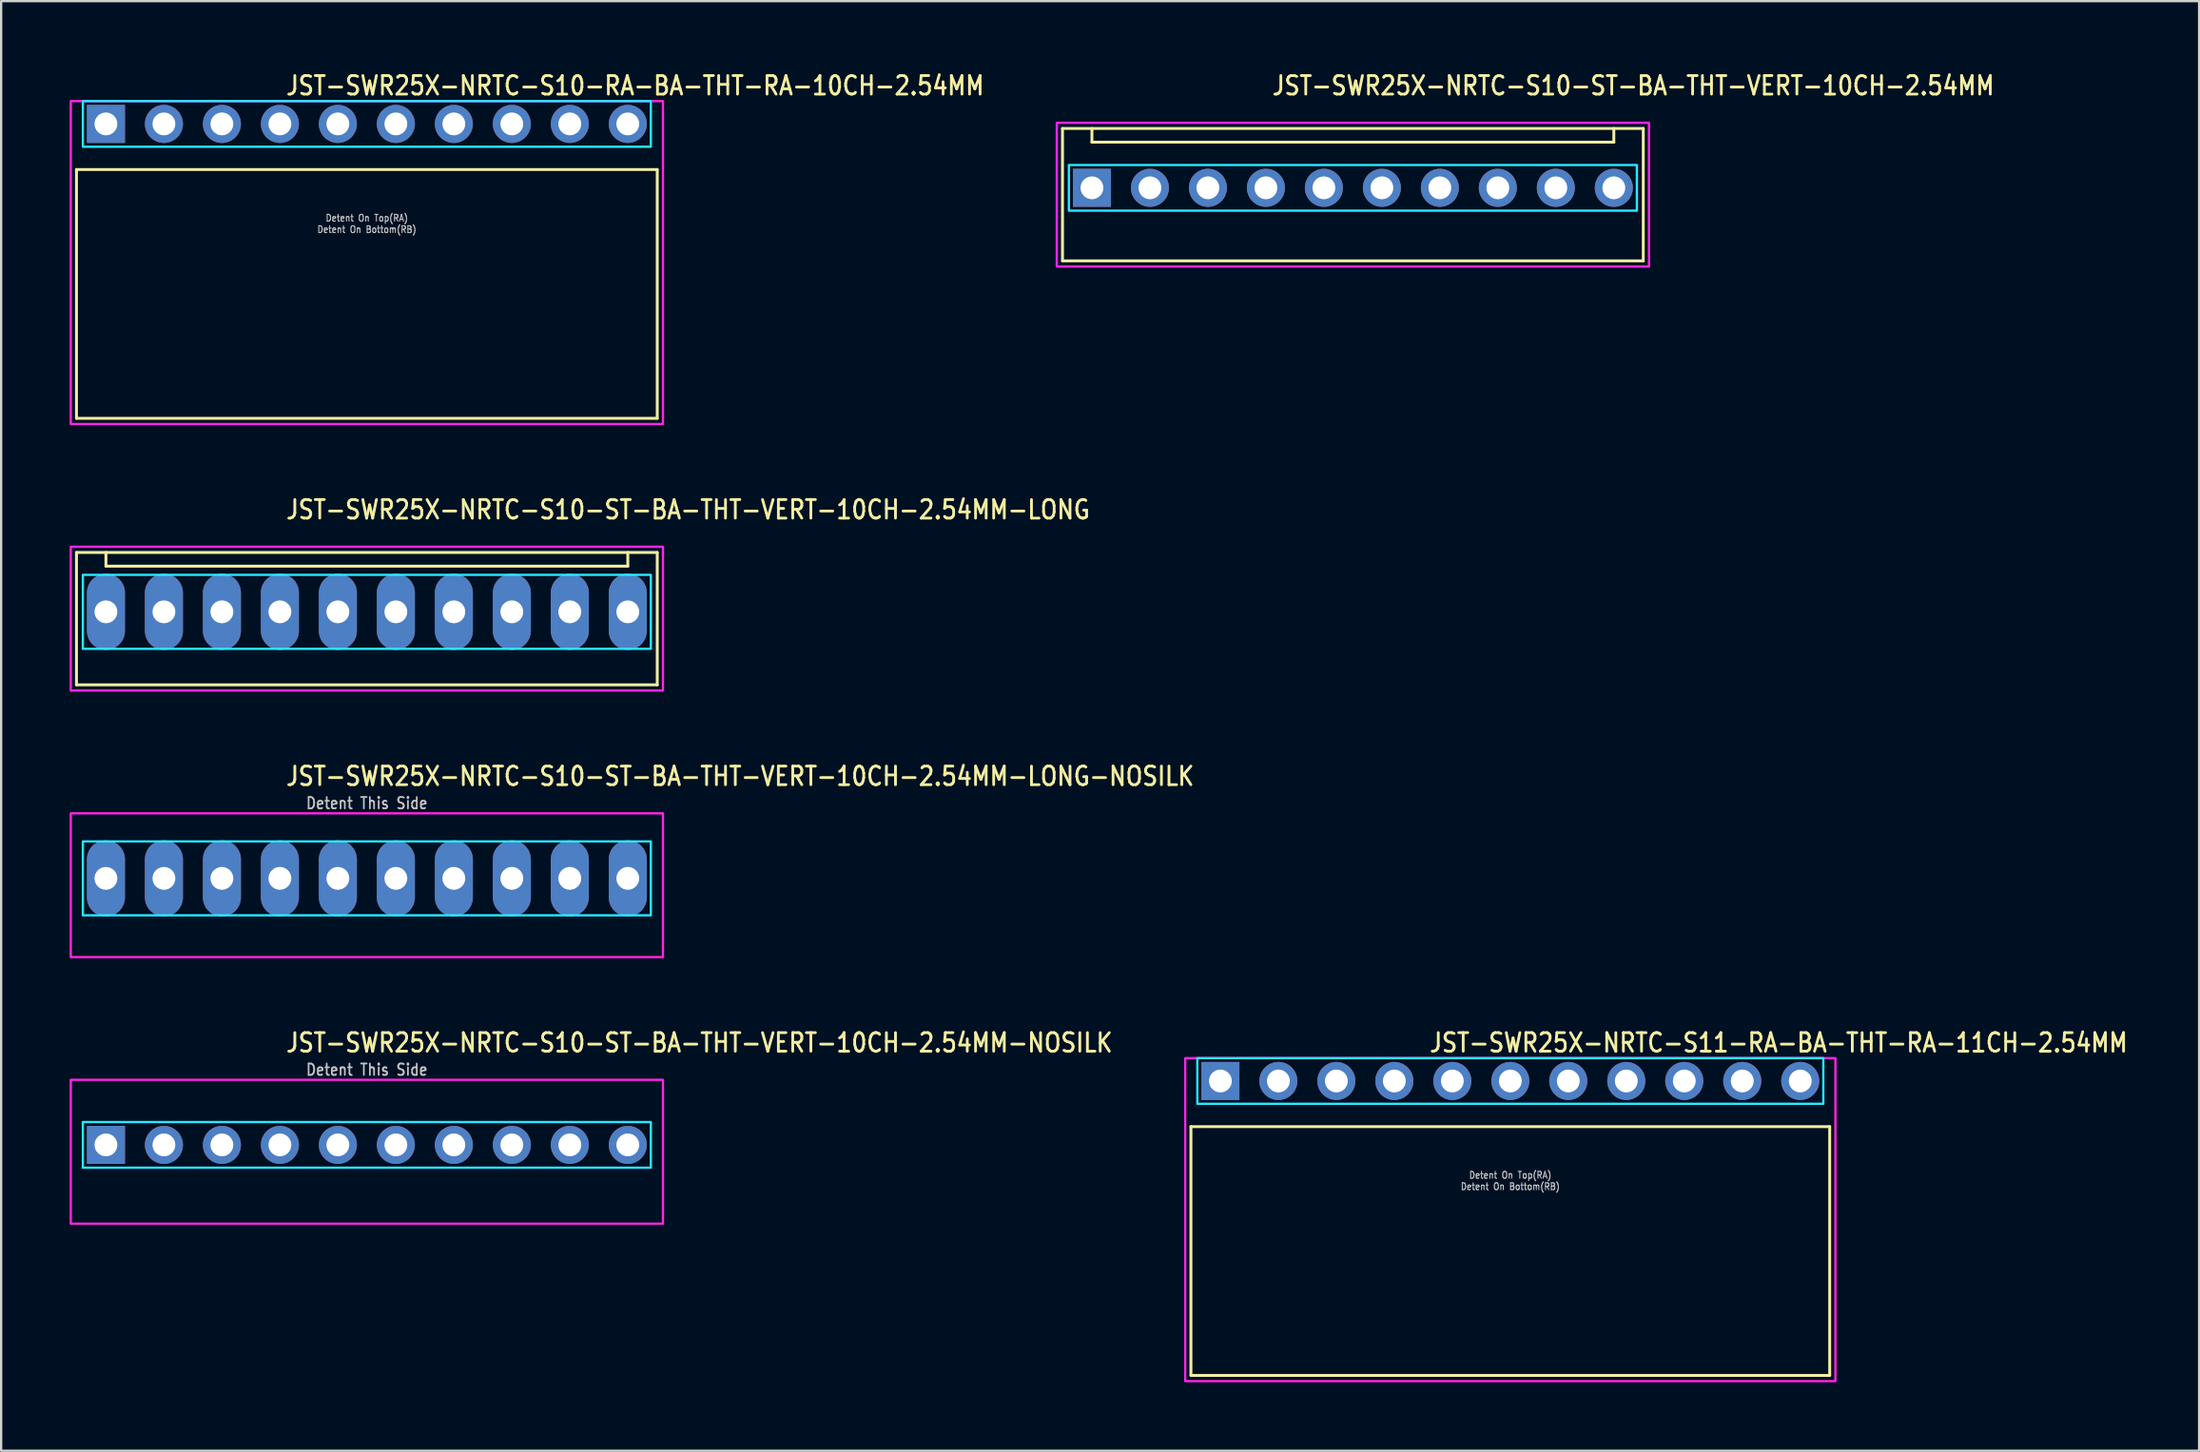
<source format=kicad_pcb>
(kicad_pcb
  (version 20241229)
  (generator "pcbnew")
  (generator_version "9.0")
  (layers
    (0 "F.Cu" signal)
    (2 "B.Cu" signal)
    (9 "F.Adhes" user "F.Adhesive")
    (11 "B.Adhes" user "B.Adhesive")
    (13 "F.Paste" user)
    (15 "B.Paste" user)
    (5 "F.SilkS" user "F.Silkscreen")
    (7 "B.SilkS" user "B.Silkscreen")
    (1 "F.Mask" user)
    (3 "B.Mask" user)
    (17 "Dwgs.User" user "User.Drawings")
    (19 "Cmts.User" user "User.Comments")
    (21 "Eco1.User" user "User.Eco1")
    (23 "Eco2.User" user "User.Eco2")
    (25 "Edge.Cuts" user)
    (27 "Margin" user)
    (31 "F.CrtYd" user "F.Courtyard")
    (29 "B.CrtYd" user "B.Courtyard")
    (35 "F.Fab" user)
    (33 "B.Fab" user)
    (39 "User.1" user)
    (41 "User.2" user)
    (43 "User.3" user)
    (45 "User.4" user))
  (footprint "JST-SWR25X-NRTC-S10-ST-BA-THT-VERT-10CH-2.54MM-LONG"
    (layer "F.Cu")
    (at 13.02 23.757)
    (property "Reference" "JST-SWR25X-NRTC-S10-ST-BA-THT-VERT-10CH-2.54MM-LONG" (at -3.6 -4 0) (unlocked yes) (layer "F.SilkS") (effects (font (size 0.813 0.695) (thickness 0.122)) (justify left bottom)))
    (fp_line (start -12.72 -2.6) (end 12.72 -2.6) (stroke (width 0.127) (type solid)) (layer "F.SilkS"))
    (fp_line (start -12.72 3.2) (end -12.72 -2.6) (stroke (width 0.127) (type solid)) (layer "F.SilkS"))
    (fp_line (start -12.72 3.2) (end 12.72 3.2) (stroke (width 0.127) (type solid)) (layer "F.SilkS"))
    (fp_line (start -11.43 -2.6) (end -11.43 -2) (stroke (width 0.127) (type solid)) (layer "F.SilkS"))
    (fp_line (start -11.43 -2) (end 11.43 -2) (stroke (width 0.127) (type solid)) (layer "F.SilkS"))
    (fp_line (start 11.43 -2.6) (end 11.43 -2) (stroke (width 0.127) (type solid)) (layer "F.SilkS"))
    (fp_line (start 12.72 -2.6) (end 12.72 3.2) (stroke (width 0.127) (type solid)) (layer "F.SilkS"))
    (fp_poly (pts (xy -12.44 -1.62) (xy -12.44 1.62) (xy 12.44 1.62) (xy 12.44 -1.62)) (stroke (width 0.1) (type solid)) (fill no) (layer "B.CrtYd"))
    (fp_poly (pts (xy -12.97 -2.85) (xy -12.97 3.45) (xy 12.97 3.45) (xy 12.97 -2.85)) (stroke (width 0.1) (type solid)) (fill no) (layer "F.CrtYd"))
    (pad "1" thru_hole oval (at -11.43 0 90) (size 3.333 1.667) (drill 1) (layers "*.Cu" "*.Mask"))
    (pad "2" thru_hole oval (at -8.89 0 90) (size 3.333 1.667) (drill 1) (layers "*.Cu" "*.Mask"))
    (pad "3" thru_hole oval (at -6.35 0 90) (size 3.333 1.667) (drill 1) (layers "*.Cu" "*.Mask"))
    (pad "4" thru_hole oval (at -3.81 0 90) (size 3.333 1.667) (drill 1) (layers "*.Cu" "*.Mask"))
    (pad "5" thru_hole oval (at -1.27 0 90) (size 3.333 1.667) (drill 1) (layers "*.Cu" "*.Mask"))
    (pad "6" thru_hole oval (at 1.27 0 90) (size 3.333 1.667) (drill 1) (layers "*.Cu" "*.Mask"))
    (pad "7" thru_hole oval (at 3.81 0 90) (size 3.333 1.667) (drill 1) (layers "*.Cu" "*.Mask"))
    (pad "8" thru_hole oval (at 6.35 0 90) (size 3.333 1.667) (drill 1) (layers "*.Cu" "*.Mask"))
    (pad "9" thru_hole oval (at 8.89 0 90) (size 3.333 1.667) (drill 1) (layers "*.Cu" "*.Mask"))
    (pad "10" thru_hole oval (at 11.43 0 90) (size 3.333 1.667) (drill 1) (layers "*.Cu" "*.Mask")))
  (footprint "JST-SWR25X-NRTC-S11-RA-BA-THT-RA-11CH-2.54MM"
    (layer "F.Cu")
    (at 63.107 44.314)
    (property "Reference" "JST-SWR25X-NRTC-S11-RA-BA-THT-RA-11CH-2.54MM" (at -3.6 -1.2 0) (unlocked yes) (layer "F.SilkS") (effects (font (size 0.813 0.695) (thickness 0.122)) (justify left bottom)))
    (fp_line (start -13.99 2) (end 13.99 2) (stroke (width 0.127) (type solid)) (layer "F.SilkS"))
    (fp_line (start -13.99 12.9) (end -13.99 2) (stroke (width 0.127) (type solid)) (layer "F.SilkS"))
    (fp_line (start -13.99 12.9) (end 13.99 12.9) (stroke (width 0.127) (type solid)) (layer "F.SilkS"))
    (fp_line (start 13.99 2) (end 13.99 12.9) (stroke (width 0.127) (type solid)) (layer "F.SilkS"))
    (fp_poly (pts (xy -13.71 -1) (xy -13.71 1) (xy 13.71 1) (xy 13.71 -1)) (stroke (width 0.1) (type solid)) (fill no) (layer "B.CrtYd"))
    (fp_poly (pts (xy -14.24 -1) (xy -14.24 13.15) (xy 14.24 13.15) (xy 14.24 -1)) (stroke (width 0.1) (type solid)) (fill no) (layer "F.CrtYd"))
    (fp_text user "Detent On Top(RA)" (at 0 4.3 0) (unlocked yes) (layer "Dwgs.User") (effects (font (size 0.3 0.257) (thickness 0.045)) (justify bottom)))
    (fp_text user "Detent On Bottom(RB)" (at 0 4.8 0) (unlocked yes) (layer "Dwgs.User") (effects (font (size 0.3 0.257) (thickness 0.045)) (justify bottom)))
    (pad "P$1" thru_hole rect (at -12.7 0) (size 1.667 1.667) (drill 1) (layers "*.Cu" "*.Mask"))
    (pad "P$2" thru_hole oval (at -10.16 0) (size 1.667 1.667) (drill 1) (layers "*.Cu" "*.Mask"))
    (pad "P$3" thru_hole oval (at -7.62 0) (size 1.667 1.667) (drill 1) (layers "*.Cu" "*.Mask"))
    (pad "P$4" thru_hole oval (at -5.08 0) (size 1.667 1.667) (drill 1) (layers "*.Cu" "*.Mask"))
    (pad "P$5" thru_hole oval (at -2.54 0) (size 1.667 1.667) (drill 1) (layers "*.Cu" "*.Mask"))
    (pad "P$6" thru_hole oval (at 0 0) (size 1.667 1.667) (drill 1) (layers "*.Cu" "*.Mask"))
    (pad "P$7" thru_hole oval (at 2.54 0) (size 1.667 1.667) (drill 1) (layers "*.Cu" "*.Mask"))
    (pad "P$8" thru_hole oval (at 5.08 0) (size 1.667 1.667) (drill 1) (layers "*.Cu" "*.Mask"))
    (pad "P$9" thru_hole oval (at 7.62 0) (size 1.667 1.667) (drill 1) (layers "*.Cu" "*.Mask"))
    (pad "P$10" thru_hole oval (at 10.16 0) (size 1.667 1.667) (drill 1) (layers "*.Cu" "*.Mask"))
    (pad "P$11" thru_hole oval (at 12.7 0) (size 1.667 1.667) (drill 1) (layers "*.Cu" "*.Mask")))
  (footprint "JST-SWR25X-NRTC-S10-ST-BA-THT-VERT-10CH-2.54MM-LONG-NOSILK"
    (layer "F.Cu")
    (at 13.02 35.436)
    (property "Reference" "JST-SWR25X-NRTC-S10-ST-BA-THT-VERT-10CH-2.54MM-LONG-NOSILK" (at -3.6 -4 0) (unlocked yes) (layer "F.SilkS") (effects (font (size 0.813 0.695) (thickness 0.122)) (justify left bottom)))
    (fp_poly (pts (xy -12.44 -1.62) (xy -12.44 1.62) (xy 12.44 1.62) (xy 12.44 -1.62)) (stroke (width 0.1) (type solid)) (fill no) (layer "B.CrtYd"))
    (fp_poly (pts (xy -12.97 -2.85) (xy -12.97 3.45) (xy 12.97 3.45) (xy 12.97 -2.85)) (stroke (width 0.1) (type solid)) (fill no) (layer "F.CrtYd"))
    (fp_text user "Detent This Side" (at 0 -3 0) (unlocked yes) (layer "Dwgs.User") (effects (font (size 0.5 0.427) (thickness 0.075)) (justify bottom)))
    (pad "1" thru_hole oval (at -11.43 0 90) (size 3.333 1.667) (drill 1) (layers "*.Cu" "*.Mask"))
    (pad "2" thru_hole oval (at -8.89 0 90) (size 3.333 1.667) (drill 1) (layers "*.Cu" "*.Mask"))
    (pad "3" thru_hole oval (at -6.35 0 90) (size 3.333 1.667) (drill 1) (layers "*.Cu" "*.Mask"))
    (pad "4" thru_hole oval (at -3.81 0 90) (size 3.333 1.667) (drill 1) (layers "*.Cu" "*.Mask"))
    (pad "5" thru_hole oval (at -1.27 0 90) (size 3.333 1.667) (drill 1) (layers "*.Cu" "*.Mask"))
    (pad "6" thru_hole oval (at 1.27 0 90) (size 3.333 1.667) (drill 1) (layers "*.Cu" "*.Mask"))
    (pad "7" thru_hole oval (at 3.81 0 90) (size 3.333 1.667) (drill 1) (layers "*.Cu" "*.Mask"))
    (pad "8" thru_hole oval (at 6.35 0 90) (size 3.333 1.667) (drill 1) (layers "*.Cu" "*.Mask"))
    (pad "9" thru_hole oval (at 8.89 0 90) (size 3.333 1.667) (drill 1) (layers "*.Cu" "*.Mask"))
    (pad "10" thru_hole oval (at 11.43 0 90) (size 3.333 1.667) (drill 1) (layers "*.Cu" "*.Mask")))
  (footprint "JST-SWR25X-NRTC-S10-RA-BA-THT-RA-10CH-2.54MM"
    (layer "F.Cu")
    (at 13.02 2.379)
    (property "Reference" "JST-SWR25X-NRTC-S10-RA-BA-THT-RA-10CH-2.54MM" (at -3.6 -1.2 0) (unlocked yes) (layer "F.SilkS") (effects (font (size 0.813 0.695) (thickness 0.122)) (justify left bottom)))
    (fp_line (start -12.72 2) (end 12.72 2) (stroke (width 0.127) (type solid)) (layer "F.SilkS"))
    (fp_line (start -12.72 12.9) (end -12.72 2) (stroke (width 0.127) (type solid)) (layer "F.SilkS"))
    (fp_line (start -12.72 12.9) (end 12.72 12.9) (stroke (width 0.127) (type solid)) (layer "F.SilkS"))
    (fp_line (start 12.72 2) (end 12.72 12.9) (stroke (width 0.127) (type solid)) (layer "F.SilkS"))
    (fp_poly (pts (xy -12.44 -1) (xy -12.44 1) (xy 12.44 1) (xy 12.44 -1)) (stroke (width 0.1) (type solid)) (fill no) (layer "B.CrtYd"))
    (fp_poly (pts (xy -12.97 -1) (xy -12.97 13.15) (xy 12.97 13.15) (xy 12.97 -1)) (stroke (width 0.1) (type solid)) (fill no) (layer "F.CrtYd"))
    (fp_text user "Detent On Top(RA)" (at 0 4.3 0) (unlocked yes) (layer "Dwgs.User") (effects (font (size 0.3 0.257) (thickness 0.045)) (justify bottom)))
    (fp_text user "Detent On Bottom(RB)" (at 0 4.8 0) (unlocked yes) (layer "Dwgs.User") (effects (font (size 0.3 0.257) (thickness 0.045)) (justify bottom)))
    (pad "1" thru_hole rect (at -11.43 0) (size 1.667 1.667) (drill 1) (layers "*.Cu" "*.Mask"))
    (pad "2" thru_hole oval (at -8.89 0) (size 1.667 1.667) (drill 1) (layers "*.Cu" "*.Mask"))
    (pad "3" thru_hole oval (at -6.35 0) (size 1.667 1.667) (drill 1) (layers "*.Cu" "*.Mask"))
    (pad "4" thru_hole oval (at -3.81 0) (size 1.667 1.667) (drill 1) (layers "*.Cu" "*.Mask"))
    (pad "5" thru_hole oval (at -1.27 0) (size 1.667 1.667) (drill 1) (layers "*.Cu" "*.Mask"))
    (pad "6" thru_hole oval (at 1.27 0) (size 1.667 1.667) (drill 1) (layers "*.Cu" "*.Mask"))
    (pad "7" thru_hole oval (at 3.81 0) (size 1.667 1.667) (drill 1) (layers "*.Cu" "*.Mask"))
    (pad "8" thru_hole oval (at 6.35 0) (size 1.667 1.667) (drill 1) (layers "*.Cu" "*.Mask"))
    (pad "9" thru_hole oval (at 8.89 0) (size 1.667 1.667) (drill 1) (layers "*.Cu" "*.Mask"))
    (pad "10" thru_hole oval (at 11.43 0) (size 1.667 1.667) (drill 1) (layers "*.Cu" "*.Mask")))
  (footprint "JST-SWR25X-NRTC-S10-ST-BA-THT-VERT-10CH-2.54MM"
    (layer "F.Cu")
    (at 56.211 5.179)
    (property "Reference" "JST-SWR25X-NRTC-S10-ST-BA-THT-VERT-10CH-2.54MM" (at -3.6 -4 0) (unlocked yes) (layer "F.SilkS") (effects (font (size 0.813 0.695) (thickness 0.122)) (justify left bottom)))
    (fp_line (start -12.72 -2.6) (end 12.72 -2.6) (stroke (width 0.127) (type solid)) (layer "F.SilkS"))
    (fp_line (start -12.72 3.2) (end -12.72 -2.6) (stroke (width 0.127) (type solid)) (layer "F.SilkS"))
    (fp_line (start -12.72 3.2) (end 12.72 3.2) (stroke (width 0.127) (type solid)) (layer "F.SilkS"))
    (fp_line (start -11.43 -2.6) (end -11.43 -2) (stroke (width 0.127) (type solid)) (layer "F.SilkS"))
    (fp_line (start -11.43 -2) (end 11.43 -2) (stroke (width 0.127) (type solid)) (layer "F.SilkS"))
    (fp_line (start 11.43 -2.6) (end 11.43 -2) (stroke (width 0.127) (type solid)) (layer "F.SilkS"))
    (fp_line (start 12.72 -2.6) (end 12.72 3.2) (stroke (width 0.127) (type solid)) (layer "F.SilkS"))
    (fp_poly (pts (xy -12.44 -1) (xy -12.44 1) (xy 12.44 1) (xy 12.44 -1)) (stroke (width 0.1) (type solid)) (fill no) (layer "B.CrtYd"))
    (fp_poly (pts (xy -12.97 -2.85) (xy -12.97 3.45) (xy 12.97 3.45) (xy 12.97 -2.85)) (stroke (width 0.1) (type solid)) (fill no) (layer "F.CrtYd"))
    (pad "1" thru_hole rect (at -11.43 0) (size 1.667 1.667) (drill 1) (layers "*.Cu" "*.Mask"))
    (pad "2" thru_hole oval (at -8.89 0) (size 1.667 1.667) (drill 1) (layers "*.Cu" "*.Mask"))
    (pad "3" thru_hole oval (at -6.35 0) (size 1.667 1.667) (drill 1) (layers "*.Cu" "*.Mask"))
    (pad "4" thru_hole oval (at -3.81 0) (size 1.667 1.667) (drill 1) (layers "*.Cu" "*.Mask"))
    (pad "5" thru_hole oval (at -1.27 0) (size 1.667 1.667) (drill 1) (layers "*.Cu" "*.Mask"))
    (pad "6" thru_hole oval (at 1.27 0) (size 1.667 1.667) (drill 1) (layers "*.Cu" "*.Mask"))
    (pad "7" thru_hole oval (at 3.81 0) (size 1.667 1.667) (drill 1) (layers "*.Cu" "*.Mask"))
    (pad "8" thru_hole oval (at 6.35 0) (size 1.667 1.667) (drill 1) (layers "*.Cu" "*.Mask"))
    (pad "9" thru_hole oval (at 8.89 0) (size 1.667 1.667) (drill 1) (layers "*.Cu" "*.Mask"))
    (pad "10" thru_hole oval (at 11.43 0) (size 1.667 1.667) (drill 1) (layers "*.Cu" "*.Mask")))
  (footprint "JST-SWR25X-NRTC-S10-ST-BA-THT-VERT-10CH-2.54MM-NOSILK"
    (layer "F.Cu")
    (at 13.02 47.114)
    (property "Reference" "JST-SWR25X-NRTC-S10-ST-BA-THT-VERT-10CH-2.54MM-NOSILK" (at -3.6 -4 0) (unlocked yes) (layer "F.SilkS") (effects (font (size 0.813 0.695) (thickness 0.122)) (justify left bottom)))
    (fp_poly (pts (xy -12.44 -1) (xy -12.44 1) (xy 12.44 1) (xy 12.44 -1)) (stroke (width 0.1) (type solid)) (fill no) (layer "B.CrtYd"))
    (fp_poly (pts (xy -12.97 -2.85) (xy -12.97 3.45) (xy 12.97 3.45) (xy 12.97 -2.85)) (stroke (width 0.1) (type solid)) (fill no) (layer "F.CrtYd"))
    (fp_text user "Detent This Side" (at 0 -3 0) (unlocked yes) (layer "Dwgs.User") (effects (font (size 0.5 0.427) (thickness 0.075)) (justify bottom)))
    (pad "1" thru_hole rect (at -11.43 0) (size 1.667 1.667) (drill 1) (layers "*.Cu" "*.Mask"))
    (pad "2" thru_hole oval (at -8.89 0) (size 1.667 1.667) (drill 1) (layers "*.Cu" "*.Mask"))
    (pad "3" thru_hole oval (at -6.35 0) (size 1.667 1.667) (drill 1) (layers "*.Cu" "*.Mask"))
    (pad "4" thru_hole oval (at -3.81 0) (size 1.667 1.667) (drill 1) (layers "*.Cu" "*.Mask"))
    (pad "5" thru_hole oval (at -1.27 0) (size 1.667 1.667) (drill 1) (layers "*.Cu" "*.Mask"))
    (pad "6" thru_hole oval (at 1.27 0) (size 1.667 1.667) (drill 1) (layers "*.Cu" "*.Mask"))
    (pad "7" thru_hole oval (at 3.81 0) (size 1.667 1.667) (drill 1) (layers "*.Cu" "*.Mask"))
    (pad "8" thru_hole oval (at 6.35 0) (size 1.667 1.667) (drill 1) (layers "*.Cu" "*.Mask"))
    (pad "9" thru_hole oval (at 8.89 0) (size 1.667 1.667) (drill 1) (layers "*.Cu" "*.Mask"))
    (pad "10" thru_hole oval (at 11.43 0) (size 1.667 1.667) (drill 1) (layers "*.Cu" "*.Mask")))
  (gr_rect
    (start -3 -3)
    (end 93.278 60.514)
    (stroke (width 0.1) (type default))
    (fill no)
    (layer "Edge.Cuts")))
</source>
